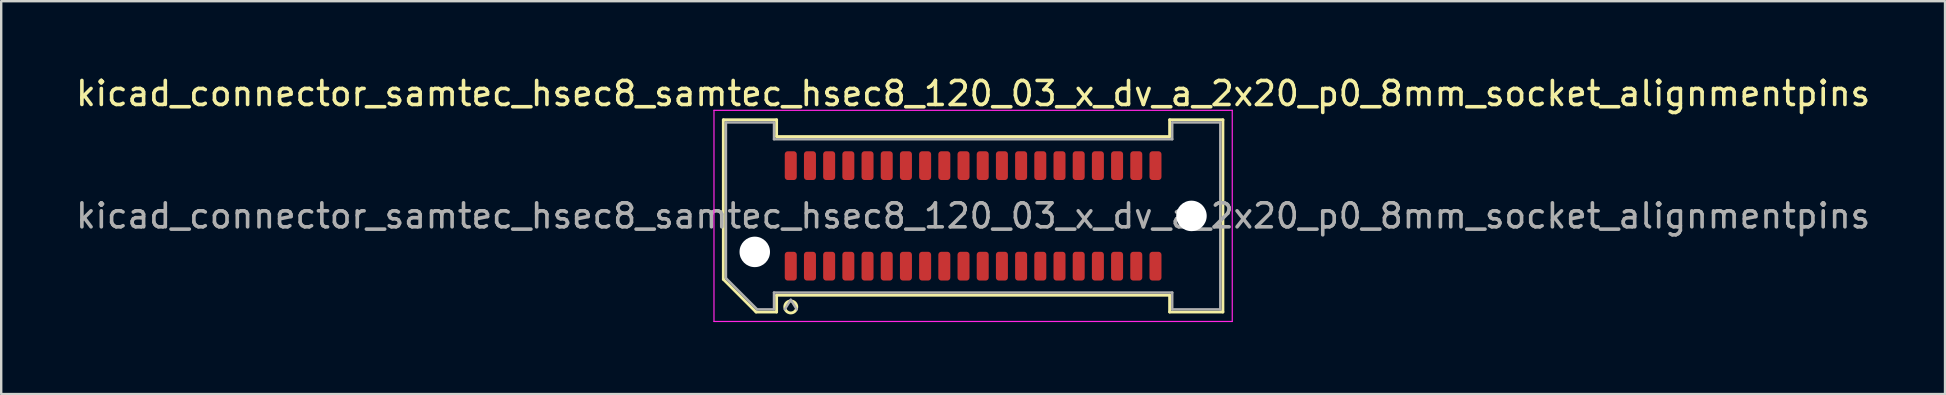
<source format=kicad_pcb>
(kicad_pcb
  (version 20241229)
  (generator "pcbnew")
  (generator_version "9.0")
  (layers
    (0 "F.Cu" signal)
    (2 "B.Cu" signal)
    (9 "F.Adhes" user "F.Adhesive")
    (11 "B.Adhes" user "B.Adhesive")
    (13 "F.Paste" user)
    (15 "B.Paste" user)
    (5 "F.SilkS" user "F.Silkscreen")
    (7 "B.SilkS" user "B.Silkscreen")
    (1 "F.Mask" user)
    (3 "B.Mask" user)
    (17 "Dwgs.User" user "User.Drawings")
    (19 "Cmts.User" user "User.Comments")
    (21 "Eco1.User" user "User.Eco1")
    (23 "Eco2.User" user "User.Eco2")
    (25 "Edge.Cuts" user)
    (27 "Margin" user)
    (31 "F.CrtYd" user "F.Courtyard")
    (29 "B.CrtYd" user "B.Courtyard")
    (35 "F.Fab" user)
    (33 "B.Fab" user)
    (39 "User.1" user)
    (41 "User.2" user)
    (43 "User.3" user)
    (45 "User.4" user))
  (footprint "kicad_connector_samtec_hsec8_samtec_hsec8_120_03_x_dv_a_2x20_p0_8mm_socket_alignmentpins"
    (layer "F.Cu")
    (at 37.506 5.948)
    (property "Reference" "kicad_connector_samtec_hsec8_samtec_hsec8_120_03_x_dv_a_2x20_p0_8mm_socket_alignmentpins" (at 0 -5.1 0) (layer "F.SilkS") (effects (font (size 1 1) (thickness 0.15))))
    (attr smd)
    (fp_line (start -10.41 -4.005) (end -8.19 -4.005) (stroke (width 0.12) (type solid)) (layer "F.SilkS"))
    (fp_line (start -10.41 2.641) (end -10.41 -4.005) (stroke (width 0.12) (type solid)) (layer "F.SilkS"))
    (fp_line (start -9.046 4.005) (end -10.41 2.641) (stroke (width 0.12) (type solid)) (layer "F.SilkS"))
    (fp_line (start -8.19 -4.005) (end -8.19 -3.305) (stroke (width 0.12) (type solid)) (layer "F.SilkS"))
    (fp_line (start -8.19 -3.305) (end 8.19 -3.305) (stroke (width 0.12) (type solid)) (layer "F.SilkS"))
    (fp_line (start -8.19 3.305) (end -8.19 4.005) (stroke (width 0.12) (type solid)) (layer "F.SilkS"))
    (fp_line (start -8.19 4.005) (end -9.046 4.005) (stroke (width 0.12) (type solid)) (layer "F.SilkS"))
    (fp_line (start 8.19 -4.005) (end 10.41 -4.005) (stroke (width 0.12) (type solid)) (layer "F.SilkS"))
    (fp_line (start 8.19 -3.305) (end 8.19 -4.005) (stroke (width 0.12) (type solid)) (layer "F.SilkS"))
    (fp_line (start 8.19 3.305) (end -8.19 3.305) (stroke (width 0.12) (type solid)) (layer "F.SilkS"))
    (fp_line (start 8.19 4.005) (end 8.19 3.305) (stroke (width 0.12) (type solid)) (layer "F.SilkS"))
    (fp_line (start 10.41 -4.005) (end 10.41 4.005) (stroke (width 0.12) (type solid)) (layer "F.SilkS"))
    (fp_line (start 10.41 4.005) (end 8.19 4.005) (stroke (width 0.12) (type solid)) (layer "F.SilkS"))
    (fp_arc (start -7.35 3.795) (mid -7.85 3.795) (end -7.35 3.795) (stroke (width 0.12) (type solid)) (layer "F.SilkS"))
    (fp_line (start -10.8 -4.4) (end -10.8 4.4) (stroke (width 0.05) (type solid)) (layer "F.CrtYd"))
    (fp_line (start -10.8 4.4) (end 10.8 4.4) (stroke (width 0.05) (type solid)) (layer "F.CrtYd"))
    (fp_line (start 10.8 -4.4) (end -10.8 -4.4) (stroke (width 0.05) (type solid)) (layer "F.CrtYd"))
    (fp_line (start 10.8 4.4) (end 10.8 -4.4) (stroke (width 0.05) (type solid)) (layer "F.CrtYd"))
    (fp_line (start -10.3 -3.895) (end -8.3 -3.895) (stroke (width 0.1) (type solid)) (layer "F.Fab"))
    (fp_line (start -10.3 2.595) (end -10.3 -3.895) (stroke (width 0.1) (type solid)) (layer "F.Fab"))
    (fp_line (start -9 3.895) (end -10.3 2.595) (stroke (width 0.1) (type solid)) (layer "F.Fab"))
    (fp_line (start -8.3 -3.895) (end -8.3 -3.195) (stroke (width 0.1) (type solid)) (layer "F.Fab"))
    (fp_line (start -8.3 -3.195) (end 8.3 -3.195) (stroke (width 0.1) (type solid)) (layer "F.Fab"))
    (fp_line (start -8.3 3.195) (end -8.3 3.895) (stroke (width 0.1) (type solid)) (layer "F.Fab"))
    (fp_line (start -8.3 3.895) (end -9 3.895) (stroke (width 0.1) (type solid)) (layer "F.Fab"))
    (fp_line (start -7.6 3.495) (end -7.85 3.895) (stroke (width 0.1) (type solid)) (layer "F.Fab"))
    (fp_line (start -7.6 3.495) (end -7.35 3.895) (stroke (width 0.1) (type solid)) (layer "F.Fab"))
    (fp_line (start 8.3 -3.895) (end 10.3 -3.895) (stroke (width 0.1) (type solid)) (layer "F.Fab"))
    (fp_line (start 8.3 -3.195) (end 8.3 -3.895) (stroke (width 0.1) (type solid)) (layer "F.Fab"))
    (fp_line (start 8.3 3.195) (end -8.3 3.195) (stroke (width 0.1) (type solid)) (layer "F.Fab"))
    (fp_line (start 8.3 3.895) (end 8.3 3.195) (stroke (width 0.1) (type solid)) (layer "F.Fab"))
    (fp_line (start 10.3 -3.895) (end 10.3 3.895) (stroke (width 0.1) (type solid)) (layer "F.Fab"))
    (fp_line (start 10.3 3.895) (end 8.3 3.895) (stroke (width 0.1) (type solid)) (layer "F.Fab"))
    (fp_text user "${REFERENCE}" (at 0 0 0) (layer "F.Fab") (effects (font (size 1 1) (thickness 0.15))))
    (pad "" np_thru_hole circle (at -9.1 1.5) (size 1.27 1.27) (drill 1.27) (layers "*.Cu" "*.Mask"))
    (pad "" np_thru_hole circle (at 9.1 0) (size 1.27 1.27) (drill 1.27) (layers "*.Cu" "*.Mask"))
    (pad "1" smd roundrect (at -7.6 2.095) (size 0.5 1.2) (layers "F.Cu" "F.Mask" "F.Paste") (roundrect_rratio 0.25))
    (pad "2" smd roundrect (at -7.6 -2.095) (size 0.5 1.2) (layers "F.Cu" "F.Mask" "F.Paste") (roundrect_rratio 0.25))
    (pad "3" smd roundrect (at -6.8 2.095) (size 0.5 1.2) (layers "F.Cu" "F.Mask" "F.Paste") (roundrect_rratio 0.25))
    (pad "4" smd roundrect (at -6.8 -2.095) (size 0.5 1.2) (layers "F.Cu" "F.Mask" "F.Paste") (roundrect_rratio 0.25))
    (pad "5" smd roundrect (at -6 2.095) (size 0.5 1.2) (layers "F.Cu" "F.Mask" "F.Paste") (roundrect_rratio 0.25))
    (pad "6" smd roundrect (at -6 -2.095) (size 0.5 1.2) (layers "F.Cu" "F.Mask" "F.Paste") (roundrect_rratio 0.25))
    (pad "7" smd roundrect (at -5.2 2.095) (size 0.5 1.2) (layers "F.Cu" "F.Mask" "F.Paste") (roundrect_rratio 0.25))
    (pad "8" smd roundrect (at -5.2 -2.095) (size 0.5 1.2) (layers "F.Cu" "F.Mask" "F.Paste") (roundrect_rratio 0.25))
    (pad "9" smd roundrect (at -4.4 2.095) (size 0.5 1.2) (layers "F.Cu" "F.Mask" "F.Paste") (roundrect_rratio 0.25))
    (pad "10" smd roundrect (at -4.4 -2.095) (size 0.5 1.2) (layers "F.Cu" "F.Mask" "F.Paste") (roundrect_rratio 0.25))
    (pad "11" smd roundrect (at -3.6 2.095) (size 0.5 1.2) (layers "F.Cu" "F.Mask" "F.Paste") (roundrect_rratio 0.25))
    (pad "12" smd roundrect (at -3.6 -2.095) (size 0.5 1.2) (layers "F.Cu" "F.Mask" "F.Paste") (roundrect_rratio 0.25))
    (pad "13" smd roundrect (at -2.8 2.095) (size 0.5 1.2) (layers "F.Cu" "F.Mask" "F.Paste") (roundrect_rratio 0.25))
    (pad "14" smd roundrect (at -2.8 -2.095) (size 0.5 1.2) (layers "F.Cu" "F.Mask" "F.Paste") (roundrect_rratio 0.25))
    (pad "15" smd roundrect (at -2 2.095) (size 0.5 1.2) (layers "F.Cu" "F.Mask" "F.Paste") (roundrect_rratio 0.25))
    (pad "16" smd roundrect (at -2 -2.095) (size 0.5 1.2) (layers "F.Cu" "F.Mask" "F.Paste") (roundrect_rratio 0.25))
    (pad "17" smd roundrect (at -1.2 2.095) (size 0.5 1.2) (layers "F.Cu" "F.Mask" "F.Paste") (roundrect_rratio 0.25))
    (pad "18" smd roundrect (at -1.2 -2.095) (size 0.5 1.2) (layers "F.Cu" "F.Mask" "F.Paste") (roundrect_rratio 0.25))
    (pad "19" smd roundrect (at -0.4 2.095) (size 0.5 1.2) (layers "F.Cu" "F.Mask" "F.Paste") (roundrect_rratio 0.25))
    (pad "20" smd roundrect (at -0.4 -2.095) (size 0.5 1.2) (layers "F.Cu" "F.Mask" "F.Paste") (roundrect_rratio 0.25))
    (pad "21" smd roundrect (at 0.4 2.095) (size 0.5 1.2) (layers "F.Cu" "F.Mask" "F.Paste") (roundrect_rratio 0.25))
    (pad "22" smd roundrect (at 0.4 -2.095) (size 0.5 1.2) (layers "F.Cu" "F.Mask" "F.Paste") (roundrect_rratio 0.25))
    (pad "23" smd roundrect (at 1.2 2.095) (size 0.5 1.2) (layers "F.Cu" "F.Mask" "F.Paste") (roundrect_rratio 0.25))
    (pad "24" smd roundrect (at 1.2 -2.095) (size 0.5 1.2) (layers "F.Cu" "F.Mask" "F.Paste") (roundrect_rratio 0.25))
    (pad "25" smd roundrect (at 2 2.095) (size 0.5 1.2) (layers "F.Cu" "F.Mask" "F.Paste") (roundrect_rratio 0.25))
    (pad "26" smd roundrect (at 2 -2.095) (size 0.5 1.2) (layers "F.Cu" "F.Mask" "F.Paste") (roundrect_rratio 0.25))
    (pad "27" smd roundrect (at 2.8 2.095) (size 0.5 1.2) (layers "F.Cu" "F.Mask" "F.Paste") (roundrect_rratio 0.25))
    (pad "28" smd roundrect (at 2.8 -2.095) (size 0.5 1.2) (layers "F.Cu" "F.Mask" "F.Paste") (roundrect_rratio 0.25))
    (pad "29" smd roundrect (at 3.6 2.095) (size 0.5 1.2) (layers "F.Cu" "F.Mask" "F.Paste") (roundrect_rratio 0.25))
    (pad "30" smd roundrect (at 3.6 -2.095) (size 0.5 1.2) (layers "F.Cu" "F.Mask" "F.Paste") (roundrect_rratio 0.25))
    (pad "31" smd roundrect (at 4.4 2.095) (size 0.5 1.2) (layers "F.Cu" "F.Mask" "F.Paste") (roundrect_rratio 0.25))
    (pad "32" smd roundrect (at 4.4 -2.095) (size 0.5 1.2) (layers "F.Cu" "F.Mask" "F.Paste") (roundrect_rratio 0.25))
    (pad "33" smd roundrect (at 5.2 2.095) (size 0.5 1.2) (layers "F.Cu" "F.Mask" "F.Paste") (roundrect_rratio 0.25))
    (pad "34" smd roundrect (at 5.2 -2.095) (size 0.5 1.2) (layers "F.Cu" "F.Mask" "F.Paste") (roundrect_rratio 0.25))
    (pad "35" smd roundrect (at 6 2.095) (size 0.5 1.2) (layers "F.Cu" "F.Mask" "F.Paste") (roundrect_rratio 0.25))
    (pad "36" smd roundrect (at 6 -2.095) (size 0.5 1.2) (layers "F.Cu" "F.Mask" "F.Paste") (roundrect_rratio 0.25))
    (pad "37" smd roundrect (at 6.8 2.095) (size 0.5 1.2) (layers "F.Cu" "F.Mask" "F.Paste") (roundrect_rratio 0.25))
    (pad "38" smd roundrect (at 6.8 -2.095) (size 0.5 1.2) (layers "F.Cu" "F.Mask" "F.Paste") (roundrect_rratio 0.25))
    (pad "39" smd roundrect (at 7.6 2.095) (size 0.5 1.2) (layers "F.Cu" "F.Mask" "F.Paste") (roundrect_rratio 0.25))
    (pad "40" smd roundrect (at 7.6 -2.095) (size 0.5 1.2) (layers "F.Cu" "F.Mask" "F.Paste") (roundrect_rratio 0.25)))
  (gr_rect
    (start -3 -3)
    (end 78.012 13.373)
    (stroke (width 0.1) (type default))
    (fill no)
    (layer "Edge.Cuts")))
</source>
